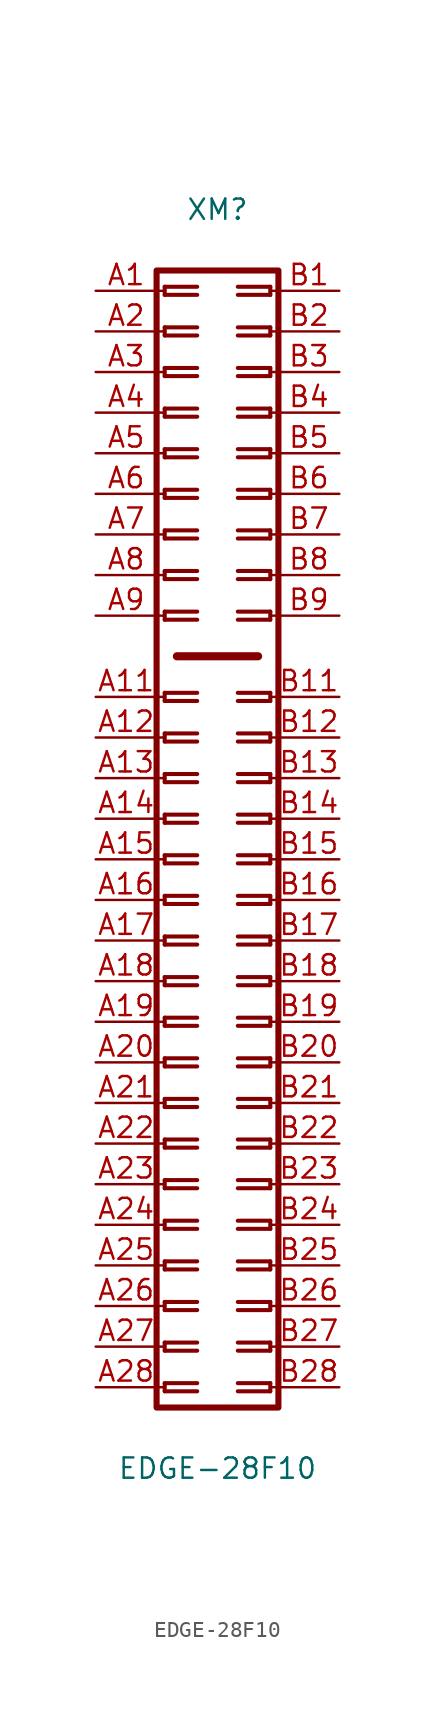
<source format=kicad_sym>
(kicad_symbol_lib
  (version 20231120)
  (generator "kicad_symbol_editor")
  (generator_version "8.0")
  (symbol "EDGE-28F10"
    (pin_names
      (offset 1.016))
    (property "Reference" "XM"
      (at 0 39.37 0)
      (effects (font (size 1.27 1.27))))
    (property "Value" "EDGE-28F10"
      (at 0 -39.37 0)
      (effects (font (size 1.27 1.27))))
    (symbol "EDGE-28F10_0_0"
      (polyline (pts (xy -2.54 11.43) (xy 2.54 11.43)) (stroke (width 0.508) (type default)) (fill (type none))))
    (symbol "EDGE-28F10_0_1"
      (rectangle (start -3.81 35.56) (end 3.81 -35.56) (stroke (width 0.381) (type default)) (fill (type none)))
      (polyline (pts (xy -3.81 -34.29) (xy -3.302 -34.29)) (stroke (width 0) (type default)) (fill (type none)))
      (polyline (pts (xy -3.81 -31.75) (xy -3.302 -31.75)) (stroke (width 0) (type default)) (fill (type none)))
      (polyline (pts (xy -3.81 -29.21) (xy -3.302 -29.21)) (stroke (width 0) (type default)) (fill (type none)))
      (polyline (pts (xy -3.81 -26.67) (xy -3.302 -26.67)) (stroke (width 0) (type default)) (fill (type none)))
      (polyline (pts (xy -3.81 -24.13) (xy -3.302 -24.13)) (stroke (width 0) (type default)) (fill (type none)))
      (polyline (pts (xy -3.81 -21.59) (xy -3.302 -21.59)) (stroke (width 0) (type default)) (fill (type none)))
      (polyline (pts (xy -3.81 -19.05) (xy -3.302 -19.05)) (stroke (width 0) (type default)) (fill (type none)))
      (polyline (pts (xy -3.81 -16.51) (xy -3.302 -16.51)) (stroke (width 0) (type default)) (fill (type none)))
      (polyline (pts (xy -3.81 -13.97) (xy -3.302 -13.97)) (stroke (width 0) (type default)) (fill (type none)))
      (polyline (pts (xy -3.81 -11.43) (xy -3.302 -11.43)) (stroke (width 0) (type default)) (fill (type none)))
      (polyline (pts (xy -3.81 -8.89) (xy -3.302 -8.89)) (stroke (width 0) (type default)) (fill (type none)))
      (polyline (pts (xy -3.81 -6.35) (xy -3.302 -6.35)) (stroke (width 0) (type default)) (fill (type none)))
      (polyline (pts (xy -3.81 -3.81) (xy -3.302 -3.81)) (stroke (width 0) (type default)) (fill (type none)))
      (polyline (pts (xy -3.81 -1.27) (xy -3.302 -1.27)) (stroke (width 0) (type default)) (fill (type none)))
      (polyline (pts (xy -3.81 1.27) (xy -3.302 1.27)) (stroke (width 0) (type default)) (fill (type none)))
      (polyline (pts (xy -3.81 3.81) (xy -3.302 3.81)) (stroke (width 0) (type default)) (fill (type none)))
      (polyline (pts (xy -3.81 6.35) (xy -3.302 6.35)) (stroke (width 0) (type default)) (fill (type none)))
      (polyline (pts (xy -3.81 8.89) (xy -3.302 8.89)) (stroke (width 0) (type default)) (fill (type none)))
      (polyline (pts (xy -3.81 13.97) (xy -3.302 13.97)) (stroke (width 0) (type default)) (fill (type none)))
      (polyline (pts (xy -3.81 16.51) (xy -3.302 16.51)) (stroke (width 0) (type default)) (fill (type none)))
      (polyline (pts (xy -3.81 19.05) (xy -3.302 19.05)) (stroke (width 0) (type default)) (fill (type none)))
      (polyline (pts (xy -3.81 21.59) (xy -3.302 21.59)) (stroke (width 0) (type default)) (fill (type none)))
      (polyline (pts (xy -3.81 24.13) (xy -3.302 24.13)) (stroke (width 0) (type default)) (fill (type none)))
      (polyline (pts (xy -3.81 26.67) (xy -3.302 26.67)) (stroke (width 0) (type default)) (fill (type none)))
      (polyline (pts (xy -3.81 29.21) (xy -3.302 29.21)) (stroke (width 0) (type default)) (fill (type none)))
      (polyline (pts (xy -3.81 31.75) (xy -3.302 31.75)) (stroke (width 0) (type default)) (fill (type none)))
      (polyline (pts (xy -3.81 34.29) (xy -3.302 34.29)) (stroke (width 0) (type default)) (fill (type none)))
      (polyline (pts (xy -3.302 -34.544) (xy -3.302 -34.036)) (stroke (width 0.254) (type default)) (fill (type none)))
      (polyline (pts (xy -3.302 -34.544) (xy -1.27 -34.544)) (stroke (width 0.254) (type default)) (fill (type none)))
      (polyline (pts (xy -3.302 -34.036) (xy -1.27 -34.036)) (stroke (width 0.254) (type default)) (fill (type none)))
      (polyline (pts (xy -3.302 -32.004) (xy -3.302 -31.496)) (stroke (width 0.254) (type default)) (fill (type none)))
      (polyline (pts (xy -3.302 -32.004) (xy -1.27 -32.004)) (stroke (width 0.254) (type default)) (fill (type none)))
      (polyline (pts (xy -3.302 -31.496) (xy -1.27 -31.496)) (stroke (width 0.254) (type default)) (fill (type none)))
      (polyline (pts (xy -3.302 -29.464) (xy -3.302 -28.956)) (stroke (width 0.254) (type default)) (fill (type none)))
      (polyline (pts (xy -3.302 -29.464) (xy -1.27 -29.464)) (stroke (width 0.254) (type default)) (fill (type none)))
      (polyline (pts (xy -3.302 -28.956) (xy -1.27 -28.956)) (stroke (width 0.254) (type default)) (fill (type none)))
      (polyline (pts (xy -3.302 -26.924) (xy -3.302 -26.416)) (stroke (width 0.254) (type default)) (fill (type none)))
      (polyline (pts (xy -3.302 -26.924) (xy -1.27 -26.924)) (stroke (width 0.254) (type default)) (fill (type none)))
      (polyline (pts (xy -3.302 -26.416) (xy -1.27 -26.416)) (stroke (width 0.254) (type default)) (fill (type none)))
      (polyline (pts (xy -3.302 -24.384) (xy -3.302 -23.876)) (stroke (width 0.254) (type default)) (fill (type none)))
      (polyline (pts (xy -3.302 -24.384) (xy -1.27 -24.384)) (stroke (width 0.254) (type default)) (fill (type none)))
      (polyline (pts (xy -3.302 -23.876) (xy -1.27 -23.876)) (stroke (width 0.254) (type default)) (fill (type none)))
      (polyline (pts (xy -3.302 -21.844) (xy -3.302 -21.336)) (stroke (width 0.254) (type default)) (fill (type none)))
      (polyline (pts (xy -3.302 -21.844) (xy -1.27 -21.844)) (stroke (width 0.254) (type default)) (fill (type none)))
      (polyline (pts (xy -3.302 -21.336) (xy -1.27 -21.336)) (stroke (width 0.254) (type default)) (fill (type none)))
      (polyline (pts (xy -3.302 -19.304) (xy -3.302 -18.796)) (stroke (width 0.254) (type default)) (fill (type none)))
      (polyline (pts (xy -3.302 -19.304) (xy -1.27 -19.304)) (stroke (width 0.254) (type default)) (fill (type none)))
      (polyline (pts (xy -3.302 -18.796) (xy -1.27 -18.796)) (stroke (width 0.254) (type default)) (fill (type none)))
      (polyline (pts (xy -3.302 -16.764) (xy -3.302 -16.256)) (stroke (width 0.254) (type default)) (fill (type none)))
      (polyline (pts (xy -3.302 -16.764) (xy -1.27 -16.764)) (stroke (width 0.254) (type default)) (fill (type none)))
      (polyline (pts (xy -3.302 -16.256) (xy -1.27 -16.256)) (stroke (width 0.254) (type default)) (fill (type none)))
      (polyline (pts (xy -3.302 -14.224) (xy -3.302 -13.716)) (stroke (width 0.254) (type default)) (fill (type none)))
      (polyline (pts (xy -3.302 -14.224) (xy -1.27 -14.224)) (stroke (width 0.254) (type default)) (fill (type none)))
      (polyline (pts (xy -3.302 -13.716) (xy -1.27 -13.716)) (stroke (width 0.254) (type default)) (fill (type none)))
      (polyline (pts (xy -3.302 -11.684) (xy -3.302 -11.176)) (stroke (width 0.254) (type default)) (fill (type none)))
      (polyline (pts (xy -3.302 -11.684) (xy -1.27 -11.684)) (stroke (width 0.254) (type default)) (fill (type none)))
      (polyline (pts (xy -3.302 -11.176) (xy -1.27 -11.176)) (stroke (width 0.254) (type default)) (fill (type none)))
      (polyline (pts (xy -3.302 -9.144) (xy -3.302 -8.636)) (stroke (width 0.254) (type default)) (fill (type none)))
      (polyline (pts (xy -3.302 -9.144) (xy -1.27 -9.144)) (stroke (width 0.254) (type default)) (fill (type none)))
      (polyline (pts (xy -3.302 -8.636) (xy -1.27 -8.636)) (stroke (width 0.254) (type default)) (fill (type none)))
      (polyline (pts (xy -3.302 -6.604) (xy -3.302 -6.096)) (stroke (width 0.254) (type default)) (fill (type none)))
      (polyline (pts (xy -3.302 -6.604) (xy -1.27 -6.604)) (stroke (width 0.254) (type default)) (fill (type none)))
      (polyline (pts (xy -3.302 -6.096) (xy -1.27 -6.096)) (stroke (width 0.254) (type default)) (fill (type none)))
      (polyline (pts (xy -3.302 -4.064) (xy -3.302 -3.556)) (stroke (width 0.254) (type default)) (fill (type none)))
      (polyline (pts (xy -3.302 -4.064) (xy -1.27 -4.064)) (stroke (width 0.254) (type default)) (fill (type none)))
      (polyline (pts (xy -3.302 -3.556) (xy -1.27 -3.556)) (stroke (width 0.254) (type default)) (fill (type none)))
      (polyline (pts (xy -3.302 -1.524) (xy -3.302 -1.016)) (stroke (width 0.254) (type default)) (fill (type none)))
      (polyline (pts (xy -3.302 -1.524) (xy -1.27 -1.524)) (stroke (width 0.254) (type default)) (fill (type none)))
      (polyline (pts (xy -3.302 -1.016) (xy -1.27 -1.016)) (stroke (width 0.254) (type default)) (fill (type none)))
      (polyline (pts (xy -3.302 1.016) (xy -3.302 1.524)) (stroke (width 0.254) (type default)) (fill (type none)))
      (polyline (pts (xy -3.302 1.016) (xy -1.27 1.016)) (stroke (width 0.254) (type default)) (fill (type none)))
      (polyline (pts (xy -3.302 1.524) (xy -1.27 1.524)) (stroke (width 0.254) (type default)) (fill (type none)))
      (polyline (pts (xy -3.302 3.556) (xy -3.302 4.064)) (stroke (width 0.254) (type default)) (fill (type none)))
      (polyline (pts (xy -3.302 3.556) (xy -1.27 3.556)) (stroke (width 0.254) (type default)) (fill (type none)))
      (polyline (pts (xy -3.302 4.064) (xy -1.27 4.064)) (stroke (width 0.254) (type default)) (fill (type none)))
      (polyline (pts (xy -3.302 6.096) (xy -3.302 6.604)) (stroke (width 0.254) (type default)) (fill (type none)))
      (polyline (pts (xy -3.302 6.096) (xy -1.27 6.096)) (stroke (width 0.254) (type default)) (fill (type none)))
      (polyline (pts (xy -3.302 6.604) (xy -1.27 6.604)) (stroke (width 0.254) (type default)) (fill (type none)))
      (polyline (pts (xy -3.302 8.636) (xy -3.302 9.144)) (stroke (width 0.254) (type default)) (fill (type none)))
      (polyline (pts (xy -3.302 8.636) (xy -1.27 8.636)) (stroke (width 0.254) (type default)) (fill (type none)))
      (polyline (pts (xy -3.302 9.144) (xy -1.27 9.144)) (stroke (width 0.254) (type default)) (fill (type none)))
      (polyline (pts (xy -3.302 13.716) (xy -3.302 14.224)) (stroke (width 0.254) (type default)) (fill (type none)))
      (polyline (pts (xy -3.302 13.716) (xy -1.27 13.716)) (stroke (width 0.254) (type default)) (fill (type none)))
      (polyline (pts (xy -3.302 14.224) (xy -1.27 14.224)) (stroke (width 0.254) (type default)) (fill (type none)))
      (polyline (pts (xy -3.302 16.256) (xy -3.302 16.764)) (stroke (width 0.254) (type default)) (fill (type none)))
      (polyline (pts (xy -3.302 16.256) (xy -1.27 16.256)) (stroke (width 0.254) (type default)) (fill (type none)))
      (polyline (pts (xy -3.302 16.764) (xy -1.27 16.764)) (stroke (width 0.254) (type default)) (fill (type none)))
      (polyline (pts (xy -3.302 18.796) (xy -3.302 19.304)) (stroke (width 0.254) (type default)) (fill (type none)))
      (polyline (pts (xy -3.302 18.796) (xy -1.27 18.796)) (stroke (width 0.254) (type default)) (fill (type none)))
      (polyline (pts (xy -3.302 19.304) (xy -1.27 19.304)) (stroke (width 0.254) (type default)) (fill (type none)))
      (polyline (pts (xy -3.302 21.336) (xy -3.302 21.844)) (stroke (width 0.254) (type default)) (fill (type none)))
      (polyline (pts (xy -3.302 21.336) (xy -1.27 21.336)) (stroke (width 0.254) (type default)) (fill (type none)))
      (polyline (pts (xy -3.302 21.844) (xy -1.27 21.844)) (stroke (width 0.254) (type default)) (fill (type none)))
      (polyline (pts (xy -3.302 23.876) (xy -3.302 24.384)) (stroke (width 0.254) (type default)) (fill (type none)))
      (polyline (pts (xy -3.302 23.876) (xy -1.27 23.876)) (stroke (width 0.254) (type default)) (fill (type none)))
      (polyline (pts (xy -3.302 24.384) (xy -1.27 24.384)) (stroke (width 0.254) (type default)) (fill (type none)))
      (polyline (pts (xy -3.302 26.416) (xy -3.302 26.924)) (stroke (width 0.254) (type default)) (fill (type none)))
      (polyline (pts (xy -3.302 26.416) (xy -1.27 26.416)) (stroke (width 0.254) (type default)) (fill (type none)))
      (polyline (pts (xy -3.302 26.924) (xy -1.27 26.924)) (stroke (width 0.254) (type default)) (fill (type none)))
      (polyline (pts (xy -3.302 28.956) (xy -3.302 29.464)) (stroke (width 0.254) (type default)) (fill (type none)))
      (polyline (pts (xy -3.302 28.956) (xy -1.27 28.956)) (stroke (width 0.254) (type default)) (fill (type none)))
      (polyline (pts (xy -3.302 29.464) (xy -1.27 29.464)) (stroke (width 0.254) (type default)) (fill (type none)))
      (polyline (pts (xy -3.302 31.496) (xy -3.302 32.004)) (stroke (width 0.254) (type default)) (fill (type none)))
      (polyline (pts (xy -3.302 31.496) (xy -1.27 31.496)) (stroke (width 0.254) (type default)) (fill (type none)))
      (polyline (pts (xy -3.302 32.004) (xy -1.27 32.004)) (stroke (width 0.254) (type default)) (fill (type none)))
      (polyline (pts (xy -3.302 34.036) (xy -3.302 34.544)) (stroke (width 0.254) (type default)) (fill (type none)))
      (polyline (pts (xy -3.302 34.036) (xy -1.27 34.036)) (stroke (width 0.254) (type default)) (fill (type none)))
      (polyline (pts (xy -3.302 34.544) (xy -1.27 34.544)) (stroke (width 0.254) (type default)) (fill (type none)))
      (polyline (pts (xy 3.302 -34.544) (xy 1.27 -34.544)) (stroke (width 0.254) (type default)) (fill (type none)))
      (polyline (pts (xy 3.302 -34.544) (xy 3.302 -34.036)) (stroke (width 0.254) (type default)) (fill (type none)))
      (polyline (pts (xy 3.302 -34.036) (xy 1.27 -34.036)) (stroke (width 0.254) (type default)) (fill (type none)))
      (polyline (pts (xy 3.302 -32.004) (xy 1.27 -32.004)) (stroke (width 0.254) (type default)) (fill (type none)))
      (polyline (pts (xy 3.302 -32.004) (xy 3.302 -31.496)) (stroke (width 0.254) (type default)) (fill (type none)))
      (polyline (pts (xy 3.302 -31.496) (xy 1.27 -31.496)) (stroke (width 0.254) (type default)) (fill (type none)))
      (polyline (pts (xy 3.302 -29.464) (xy 1.27 -29.464)) (stroke (width 0.254) (type default)) (fill (type none)))
      (polyline (pts (xy 3.302 -29.464) (xy 3.302 -28.956)) (stroke (width 0.254) (type default)) (fill (type none)))
      (polyline (pts (xy 3.302 -28.956) (xy 1.27 -28.956)) (stroke (width 0.254) (type default)) (fill (type none)))
      (polyline (pts (xy 3.302 -26.924) (xy 1.27 -26.924)) (stroke (width 0.254) (type default)) (fill (type none)))
      (polyline (pts (xy 3.302 -26.924) (xy 3.302 -26.416)) (stroke (width 0.254) (type default)) (fill (type none)))
      (polyline (pts (xy 3.302 -26.416) (xy 1.27 -26.416)) (stroke (width 0.254) (type default)) (fill (type none)))
      (polyline (pts (xy 3.302 -24.384) (xy 1.27 -24.384)) (stroke (width 0.254) (type default)) (fill (type none)))
      (polyline (pts (xy 3.302 -24.384) (xy 3.302 -23.876)) (stroke (width 0.254) (type default)) (fill (type none)))
      (polyline (pts (xy 3.302 -23.876) (xy 1.27 -23.876)) (stroke (width 0.254) (type default)) (fill (type none)))
      (polyline (pts (xy 3.302 -21.844) (xy 1.27 -21.844)) (stroke (width 0.254) (type default)) (fill (type none)))
      (polyline (pts (xy 3.302 -21.844) (xy 3.302 -21.336)) (stroke (width 0.254) (type default)) (fill (type none)))
      (polyline (pts (xy 3.302 -21.336) (xy 1.27 -21.336)) (stroke (width 0.254) (type default)) (fill (type none)))
      (polyline (pts (xy 3.302 -19.304) (xy 1.27 -19.304)) (stroke (width 0.254) (type default)) (fill (type none)))
      (polyline (pts (xy 3.302 -19.304) (xy 3.302 -18.796)) (stroke (width 0.254) (type default)) (fill (type none)))
      (polyline (pts (xy 3.302 -18.796) (xy 1.27 -18.796)) (stroke (width 0.254) (type default)) (fill (type none)))
      (polyline (pts (xy 3.302 -16.764) (xy 1.27 -16.764)) (stroke (width 0.254) (type default)) (fill (type none)))
      (polyline (pts (xy 3.302 -16.764) (xy 3.302 -16.256)) (stroke (width 0.254) (type default)) (fill (type none)))
      (polyline (pts (xy 3.302 -16.256) (xy 1.27 -16.256)) (stroke (width 0.254) (type default)) (fill (type none)))
      (polyline (pts (xy 3.302 -14.224) (xy 1.27 -14.224)) (stroke (width 0.254) (type default)) (fill (type none)))
      (polyline (pts (xy 3.302 -14.224) (xy 3.302 -13.716)) (stroke (width 0.254) (type default)) (fill (type none)))
      (polyline (pts (xy 3.302 -13.716) (xy 1.27 -13.716)) (stroke (width 0.254) (type default)) (fill (type none)))
      (polyline (pts (xy 3.302 -11.684) (xy 1.27 -11.684)) (stroke (width 0.254) (type default)) (fill (type none)))
      (polyline (pts (xy 3.302 -11.684) (xy 3.302 -11.176)) (stroke (width 0.254) (type default)) (fill (type none)))
      (polyline (pts (xy 3.302 -11.176) (xy 1.27 -11.176)) (stroke (width 0.254) (type default)) (fill (type none)))
      (polyline (pts (xy 3.302 -9.144) (xy 1.27 -9.144)) (stroke (width 0.254) (type default)) (fill (type none)))
      (polyline (pts (xy 3.302 -9.144) (xy 3.302 -8.636)) (stroke (width 0.254) (type default)) (fill (type none)))
      (polyline (pts (xy 3.302 -8.636) (xy 1.27 -8.636)) (stroke (width 0.254) (type default)) (fill (type none)))
      (polyline (pts (xy 3.302 -6.604) (xy 1.27 -6.604)) (stroke (width 0.254) (type default)) (fill (type none)))
      (polyline (pts (xy 3.302 -6.604) (xy 3.302 -6.096)) (stroke (width 0.254) (type default)) (fill (type none)))
      (polyline (pts (xy 3.302 -6.096) (xy 1.27 -6.096)) (stroke (width 0.254) (type default)) (fill (type none)))
      (polyline (pts (xy 3.302 -4.064) (xy 1.27 -4.064)) (stroke (width 0.254) (type default)) (fill (type none)))
      (polyline (pts (xy 3.302 -4.064) (xy 3.302 -3.556)) (stroke (width 0.254) (type default)) (fill (type none)))
      (polyline (pts (xy 3.302 -3.556) (xy 1.27 -3.556)) (stroke (width 0.254) (type default)) (fill (type none)))
      (polyline (pts (xy 3.302 -1.524) (xy 1.27 -1.524)) (stroke (width 0.254) (type default)) (fill (type none)))
      (polyline (pts (xy 3.302 -1.524) (xy 3.302 -1.016)) (stroke (width 0.254) (type default)) (fill (type none)))
      (polyline (pts (xy 3.302 -1.016) (xy 1.27 -1.016)) (stroke (width 0.254) (type default)) (fill (type none)))
      (polyline (pts (xy 3.302 1.016) (xy 1.27 1.016)) (stroke (width 0.254) (type default)) (fill (type none)))
      (polyline (pts (xy 3.302 1.016) (xy 3.302 1.524)) (stroke (width 0.254) (type default)) (fill (type none)))
      (polyline (pts (xy 3.302 1.524) (xy 1.27 1.524)) (stroke (width 0.254) (type default)) (fill (type none)))
      (polyline (pts (xy 3.302 3.556) (xy 1.27 3.556)) (stroke (width 0.254) (type default)) (fill (type none)))
      (polyline (pts (xy 3.302 3.556) (xy 3.302 4.064)) (stroke (width 0.254) (type default)) (fill (type none)))
      (polyline (pts (xy 3.302 4.064) (xy 1.27 4.064)) (stroke (width 0.254) (type default)) (fill (type none)))
      (polyline (pts (xy 3.302 6.096) (xy 1.27 6.096)) (stroke (width 0.254) (type default)) (fill (type none)))
      (polyline (pts (xy 3.302 6.096) (xy 3.302 6.604)) (stroke (width 0.254) (type default)) (fill (type none)))
      (polyline (pts (xy 3.302 6.604) (xy 1.27 6.604)) (stroke (width 0.254) (type default)) (fill (type none)))
      (polyline (pts (xy 3.302 8.636) (xy 1.27 8.636)) (stroke (width 0.254) (type default)) (fill (type none)))
      (polyline (pts (xy 3.302 8.636) (xy 3.302 9.144)) (stroke (width 0.254) (type default)) (fill (type none)))
      (polyline (pts (xy 3.302 9.144) (xy 1.27 9.144)) (stroke (width 0.254) (type default)) (fill (type none)))
      (polyline (pts (xy 3.302 13.716) (xy 1.27 13.716)) (stroke (width 0.254) (type default)) (fill (type none)))
      (polyline (pts (xy 3.302 13.716) (xy 3.302 14.224)) (stroke (width 0.254) (type default)) (fill (type none)))
      (polyline (pts (xy 3.302 14.224) (xy 1.27 14.224)) (stroke (width 0.254) (type default)) (fill (type none)))
      (polyline (pts (xy 3.302 16.256) (xy 1.27 16.256)) (stroke (width 0.254) (type default)) (fill (type none)))
      (polyline (pts (xy 3.302 16.256) (xy 3.302 16.764)) (stroke (width 0.254) (type default)) (fill (type none)))
      (polyline (pts (xy 3.302 16.764) (xy 1.27 16.764)) (stroke (width 0.254) (type default)) (fill (type none)))
      (polyline (pts (xy 3.302 18.796) (xy 1.27 18.796)) (stroke (width 0.254) (type default)) (fill (type none)))
      (polyline (pts (xy 3.302 18.796) (xy 3.302 19.304)) (stroke (width 0.254) (type default)) (fill (type none)))
      (polyline (pts (xy 3.302 19.304) (xy 1.27 19.304)) (stroke (width 0.254) (type default)) (fill (type none)))
      (polyline (pts (xy 3.302 21.336) (xy 1.27 21.336)) (stroke (width 0.254) (type default)) (fill (type none)))
      (polyline (pts (xy 3.302 21.336) (xy 3.302 21.844)) (stroke (width 0.254) (type default)) (fill (type none)))
      (polyline (pts (xy 3.302 21.844) (xy 1.27 21.844)) (stroke (width 0.254) (type default)) (fill (type none)))
      (polyline (pts (xy 3.302 23.876) (xy 1.27 23.876)) (stroke (width 0.254) (type default)) (fill (type none)))
      (polyline (pts (xy 3.302 23.876) (xy 3.302 24.384)) (stroke (width 0.254) (type default)) (fill (type none)))
      (polyline (pts (xy 3.302 24.384) (xy 1.27 24.384)) (stroke (width 0.254) (type default)) (fill (type none)))
      (polyline (pts (xy 3.302 26.416) (xy 1.27 26.416)) (stroke (width 0.254) (type default)) (fill (type none)))
      (polyline (pts (xy 3.302 26.416) (xy 3.302 26.924)) (stroke (width 0.254) (type default)) (fill (type none)))
      (polyline (pts (xy 3.302 26.924) (xy 1.27 26.924)) (stroke (width 0.254) (type default)) (fill (type none)))
      (polyline (pts (xy 3.302 28.956) (xy 1.27 28.956)) (stroke (width 0.254) (type default)) (fill (type none)))
      (polyline (pts (xy 3.302 28.956) (xy 3.302 29.464)) (stroke (width 0.254) (type default)) (fill (type none)))
      (polyline (pts (xy 3.302 29.464) (xy 1.27 29.464)) (stroke (width 0.254) (type default)) (fill (type none)))
      (polyline (pts (xy 3.302 31.496) (xy 1.27 31.496)) (stroke (width 0.254) (type default)) (fill (type none)))
      (polyline (pts (xy 3.302 31.496) (xy 3.302 32.004)) (stroke (width 0.254) (type default)) (fill (type none)))
      (polyline (pts (xy 3.302 32.004) (xy 1.27 32.004)) (stroke (width 0.254) (type default)) (fill (type none)))
      (polyline (pts (xy 3.302 34.036) (xy 1.27 34.036)) (stroke (width 0.254) (type default)) (fill (type none)))
      (polyline (pts (xy 3.302 34.036) (xy 3.302 34.544)) (stroke (width 0.254) (type default)) (fill (type none)))
      (polyline (pts (xy 3.302 34.544) (xy 1.27 34.544)) (stroke (width 0.254) (type default)) (fill (type none)))
      (polyline (pts (xy 3.81 -34.29) (xy 3.302 -34.29)) (stroke (width 0) (type default)) (fill (type none)))
      (polyline (pts (xy 3.81 -31.75) (xy 3.302 -31.75)) (stroke (width 0) (type default)) (fill (type none)))
      (polyline (pts (xy 3.81 -29.21) (xy 3.302 -29.21)) (stroke (width 0) (type default)) (fill (type none)))
      (polyline (pts (xy 3.81 -26.67) (xy 3.302 -26.67)) (stroke (width 0) (type default)) (fill (type none)))
      (polyline (pts (xy 3.81 -24.13) (xy 3.302 -24.13)) (stroke (width 0) (type default)) (fill (type none)))
      (polyline (pts (xy 3.81 -21.59) (xy 3.302 -21.59)) (stroke (width 0) (type default)) (fill (type none)))
      (polyline (pts (xy 3.81 -19.05) (xy 3.302 -19.05)) (stroke (width 0) (type default)) (fill (type none)))
      (polyline (pts (xy 3.81 -16.51) (xy 3.302 -16.51)) (stroke (width 0) (type default)) (fill (type none)))
      (polyline (pts (xy 3.81 -13.97) (xy 3.302 -13.97)) (stroke (width 0) (type default)) (fill (type none)))
      (polyline (pts (xy 3.81 -11.43) (xy 3.302 -11.43)) (stroke (width 0) (type default)) (fill (type none)))
      (polyline (pts (xy 3.81 -8.89) (xy 3.302 -8.89)) (stroke (width 0) (type default)) (fill (type none)))
      (polyline (pts (xy 3.81 -6.35) (xy 3.302 -6.35)) (stroke (width 0) (type default)) (fill (type none)))
      (polyline (pts (xy 3.81 -3.81) (xy 3.302 -3.81)) (stroke (width 0) (type default)) (fill (type none)))
      (polyline (pts (xy 3.81 -1.27) (xy 3.302 -1.27)) (stroke (width 0) (type default)) (fill (type none)))
      (polyline (pts (xy 3.81 1.27) (xy 3.302 1.27)) (stroke (width 0) (type default)) (fill (type none)))
      (polyline (pts (xy 3.81 3.81) (xy 3.302 3.81)) (stroke (width 0) (type default)) (fill (type none)))
      (polyline (pts (xy 3.81 6.35) (xy 3.302 6.35)) (stroke (width 0) (type default)) (fill (type none)))
      (polyline (pts (xy 3.81 8.89) (xy 3.302 8.89)) (stroke (width 0) (type default)) (fill (type none)))
      (polyline (pts (xy 3.81 13.97) (xy 3.302 13.97)) (stroke (width 0) (type default)) (fill (type none)))
      (polyline (pts (xy 3.81 16.51) (xy 3.302 16.51)) (stroke (width 0) (type default)) (fill (type none)))
      (polyline (pts (xy 3.81 19.05) (xy 3.302 19.05)) (stroke (width 0) (type default)) (fill (type none)))
      (polyline (pts (xy 3.81 21.59) (xy 3.302 21.59)) (stroke (width 0) (type default)) (fill (type none)))
      (polyline (pts (xy 3.81 24.13) (xy 3.302 24.13)) (stroke (width 0) (type default)) (fill (type none)))
      (polyline (pts (xy 3.81 26.67) (xy 3.302 26.67)) (stroke (width 0) (type default)) (fill (type none)))
      (polyline (pts (xy 3.81 29.21) (xy 3.302 29.21)) (stroke (width 0) (type default)) (fill (type none)))
      (polyline (pts (xy 3.81 31.75) (xy 3.302 31.75)) (stroke (width 0) (type default)) (fill (type none)))
      (polyline (pts (xy 3.81 34.29) (xy 3.302 34.29)) (stroke (width 0) (type default)) (fill (type none))))
    (symbol "EDGE-28F10_1_1"
      (pin passive line (at -7.62 34.29 0) (length 3.81) (name "~" (effects (font (size 1.27 1.27)))) (number "A1" (effects (font (size 1.27 1.27)))))
      (pin passive line (at -7.62 8.89 0) (length 3.81) (name "~" (effects (font (size 1.27 1.27)))) (number "A11" (effects (font (size 1.27 1.27)))))
      (pin passive line (at -7.62 6.35 0) (length 3.81) (name "~" (effects (font (size 1.27 1.27)))) (number "A12" (effects (font (size 1.27 1.27)))))
      (pin passive line (at -7.62 3.81 0) (length 3.81) (name "~" (effects (font (size 1.27 1.27)))) (number "A13" (effects (font (size 1.27 1.27)))))
      (pin passive line (at -7.62 1.27 0) (length 3.81) (name "~" (effects (font (size 1.27 1.27)))) (number "A14" (effects (font (size 1.27 1.27)))))
      (pin passive line (at -7.62 -1.27 0) (length 3.81) (name "~" (effects (font (size 1.27 1.27)))) (number "A15" (effects (font (size 1.27 1.27)))))
      (pin passive line (at -7.62 -3.81 0) (length 3.81) (name "~" (effects (font (size 1.27 1.27)))) (number "A16" (effects (font (size 1.27 1.27)))))
      (pin passive line (at -7.62 -6.35 0) (length 3.81) (name "~" (effects (font (size 1.27 1.27)))) (number "A17" (effects (font (size 1.27 1.27)))))
      (pin passive line (at -7.62 -8.89 0) (length 3.81) (name "~" (effects (font (size 1.27 1.27)))) (number "A18" (effects (font (size 1.27 1.27)))))
      (pin passive line (at -7.62 -11.43 0) (length 3.81) (name "~" (effects (font (size 1.27 1.27)))) (number "A19" (effects (font (size 1.27 1.27)))))
      (pin passive line (at -7.62 31.75 0) (length 3.81) (name "~" (effects (font (size 1.27 1.27)))) (number "A2" (effects (font (size 1.27 1.27)))))
      (pin passive line (at -7.62 -13.97 0) (length 3.81) (name "~" (effects (font (size 1.27 1.27)))) (number "A20" (effects (font (size 1.27 1.27)))))
      (pin passive line (at -7.62 -16.51 0) (length 3.81) (name "~" (effects (font (size 1.27 1.27)))) (number "A21" (effects (font (size 1.27 1.27)))))
      (pin passive line (at -7.62 -19.05 0) (length 3.81) (name "~" (effects (font (size 1.27 1.27)))) (number "A22" (effects (font (size 1.27 1.27)))))
      (pin passive line (at -7.62 -21.59 0) (length 3.81) (name "~" (effects (font (size 1.27 1.27)))) (number "A23" (effects (font (size 1.27 1.27)))))
      (pin passive line (at -7.62 -24.13 0) (length 3.81) (name "~" (effects (font (size 1.27 1.27)))) (number "A24" (effects (font (size 1.27 1.27)))))
      (pin passive line (at -7.62 -26.67 0) (length 3.81) (name "~" (effects (font (size 1.27 1.27)))) (number "A25" (effects (font (size 1.27 1.27)))))
      (pin passive line (at -7.62 -29.21 0) (length 3.81) (name "~" (effects (font (size 1.27 1.27)))) (number "A26" (effects (font (size 1.27 1.27)))))
      (pin passive line (at -7.62 -31.75 0) (length 3.81) (name "~" (effects (font (size 1.27 1.27)))) (number "A27" (effects (font (size 1.27 1.27)))))
      (pin passive line (at -7.62 -34.29 0) (length 3.81) (name "~" (effects (font (size 1.27 1.27)))) (number "A28" (effects (font (size 1.27 1.27)))))
      (pin passive line (at -7.62 29.21 0) (length 3.81) (name "~" (effects (font (size 1.27 1.27)))) (number "A3" (effects (font (size 1.27 1.27)))))
      (pin passive line (at -7.62 26.67 0) (length 3.81) (name "~" (effects (font (size 1.27 1.27)))) (number "A4" (effects (font (size 1.27 1.27)))))
      (pin passive line (at -7.62 24.13 0) (length 3.81) (name "~" (effects (font (size 1.27 1.27)))) (number "A5" (effects (font (size 1.27 1.27)))))
      (pin passive line (at -7.62 21.59 0) (length 3.81) (name "~" (effects (font (size 1.27 1.27)))) (number "A6" (effects (font (size 1.27 1.27)))))
      (pin passive line (at -7.62 19.05 0) (length 3.81) (name "~" (effects (font (size 1.27 1.27)))) (number "A7" (effects (font (size 1.27 1.27)))))
      (pin passive line (at -7.62 16.51 0) (length 3.81) (name "~" (effects (font (size 1.27 1.27)))) (number "A8" (effects (font (size 1.27 1.27)))))
      (pin passive line (at -7.62 13.97 0) (length 3.81) (name "~" (effects (font (size 1.27 1.27)))) (number "A9" (effects (font (size 1.27 1.27)))))
      (pin passive line (at 7.62 34.29 180) (length 3.81) (name "~" (effects (font (size 1.27 1.27)))) (number "B1" (effects (font (size 1.27 1.27)))))
      (pin passive line (at 7.62 8.89 180) (length 3.81) (name "~" (effects (font (size 1.27 1.27)))) (number "B11" (effects (font (size 1.27 1.27)))))
      (pin passive line (at 7.62 6.35 180) (length 3.81) (name "~" (effects (font (size 1.27 1.27)))) (number "B12" (effects (font (size 1.27 1.27)))))
      (pin passive line (at 7.62 3.81 180) (length 3.81) (name "~" (effects (font (size 1.27 1.27)))) (number "B13" (effects (font (size 1.27 1.27)))))
      (pin passive line (at 7.62 1.27 180) (length 3.81) (name "~" (effects (font (size 1.27 1.27)))) (number "B14" (effects (font (size 1.27 1.27)))))
      (pin passive line (at 7.62 -1.27 180) (length 3.81) (name "~" (effects (font (size 1.27 1.27)))) (number "B15" (effects (font (size 1.27 1.27)))))
      (pin passive line (at 7.62 -3.81 180) (length 3.81) (name "~" (effects (font (size 1.27 1.27)))) (number "B16" (effects (font (size 1.27 1.27)))))
      (pin passive line (at 7.62 -6.35 180) (length 3.81) (name "~" (effects (font (size 1.27 1.27)))) (number "B17" (effects (font (size 1.27 1.27)))))
      (pin passive line (at 7.62 -8.89 180) (length 3.81) (name "~" (effects (font (size 1.27 1.27)))) (number "B18" (effects (font (size 1.27 1.27)))))
      (pin passive line (at 7.62 -11.43 180) (length 3.81) (name "~" (effects (font (size 1.27 1.27)))) (number "B19" (effects (font (size 1.27 1.27)))))
      (pin passive line (at 7.62 31.75 180) (length 3.81) (name "~" (effects (font (size 1.27 1.27)))) (number "B2" (effects (font (size 1.27 1.27)))))
      (pin passive line (at 7.62 -13.97 180) (length 3.81) (name "~" (effects (font (size 1.27 1.27)))) (number "B20" (effects (font (size 1.27 1.27)))))
      (pin passive line (at 7.62 -16.51 180) (length 3.81) (name "~" (effects (font (size 1.27 1.27)))) (number "B21" (effects (font (size 1.27 1.27)))))
      (pin passive line (at 7.62 -19.05 180) (length 3.81) (name "~" (effects (font (size 1.27 1.27)))) (number "B22" (effects (font (size 1.27 1.27)))))
      (pin passive line (at 7.62 -21.59 180) (length 3.81) (name "~" (effects (font (size 1.27 1.27)))) (number "B23" (effects (font (size 1.27 1.27)))))
      (pin passive line (at 7.62 -24.13 180) (length 3.81) (name "~" (effects (font (size 1.27 1.27)))) (number "B24" (effects (font (size 1.27 1.27)))))
      (pin passive line (at 7.62 -26.67 180) (length 3.81) (name "~" (effects (font (size 1.27 1.27)))) (number "B25" (effects (font (size 1.27 1.27)))))
      (pin passive line (at 7.62 -29.21 180) (length 3.81) (name "~" (effects (font (size 1.27 1.27)))) (number "B26" (effects (font (size 1.27 1.27)))))
      (pin passive line (at 7.62 -31.75 180) (length 3.81) (name "~" (effects (font (size 1.27 1.27)))) (number "B27" (effects (font (size 1.27 1.27)))))
      (pin passive line (at 7.62 -34.29 180) (length 3.81) (name "~" (effects (font (size 1.27 1.27)))) (number "B28" (effects (font (size 1.27 1.27)))))
      (pin passive line (at 7.62 29.21 180) (length 3.81) (name "~" (effects (font (size 1.27 1.27)))) (number "B3" (effects (font (size 1.27 1.27)))))
      (pin passive line (at 7.62 26.67 180) (length 3.81) (name "~" (effects (font (size 1.27 1.27)))) (number "B4" (effects (font (size 1.27 1.27)))))
      (pin passive line (at 7.62 24.13 180) (length 3.81) (name "~" (effects (font (size 1.27 1.27)))) (number "B5" (effects (font (size 1.27 1.27)))))
      (pin passive line (at 7.62 21.59 180) (length 3.81) (name "~" (effects (font (size 1.27 1.27)))) (number "B6" (effects (font (size 1.27 1.27)))))
      (pin passive line (at 7.62 19.05 180) (length 3.81) (name "~" (effects (font (size 1.27 1.27)))) (number "B7" (effects (font (size 1.27 1.27)))))
      (pin passive line (at 7.62 16.51 180) (length 3.81) (name "~" (effects (font (size 1.27 1.27)))) (number "B8" (effects (font (size 1.27 1.27)))))
      (pin passive line (at 7.62 13.97 180) (length 3.81) (name "~" (effects (font (size 1.27 1.27)))) (number "B9" (effects (font (size 1.27 1.27))))))))
</source>
